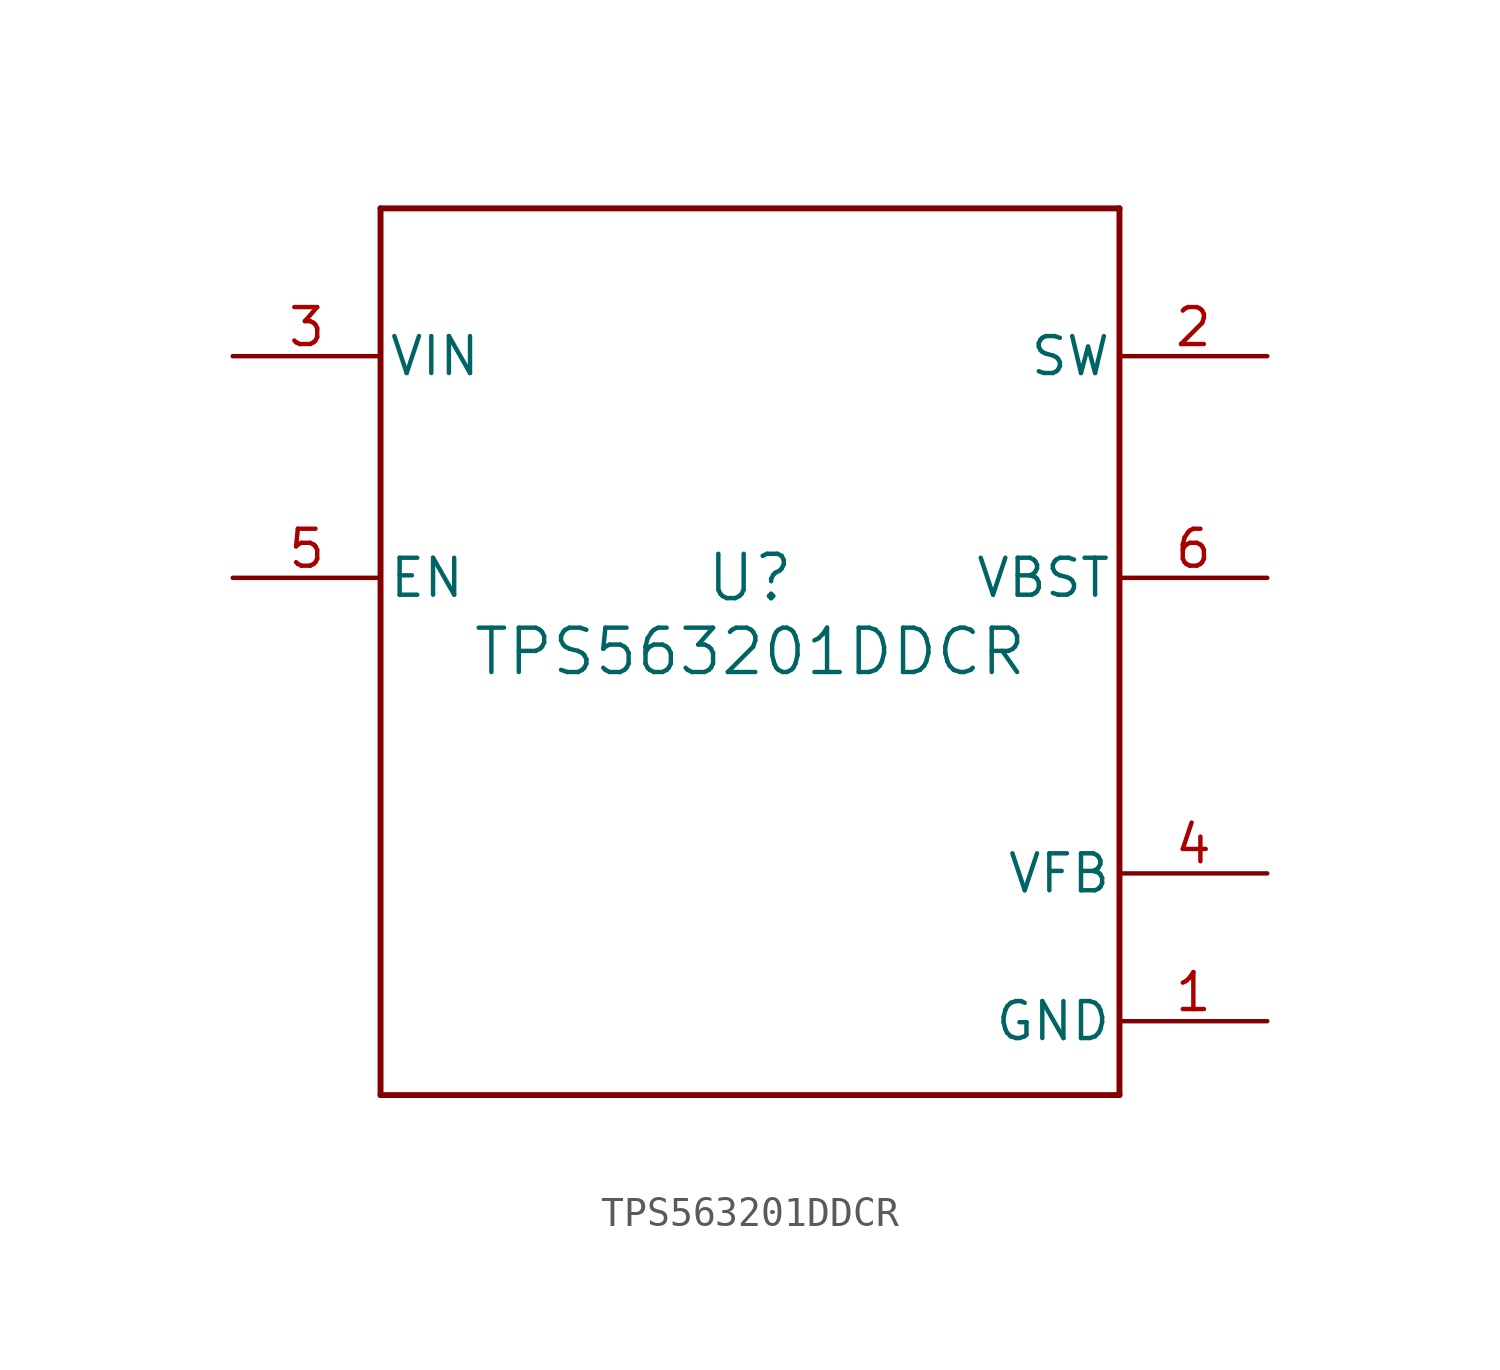
<source format=kicad_sym>
(kicad_symbol_lib
  (version 20220914)
  (generator kicad_symbol_editor)
  (symbol "TPS563201DDCR"
    (pin_names
      (offset 0.254))
    (property "Reference" "U"
      (at 0 2.54 0)
      (effects (font (size 1.524 1.524))))
    (property "Value" "TPS563201DDCR"
      (at 0 0 0)
      (effects (font (size 1.524 1.524))))
    (property "ki_locked" ""
      (at 0 0 0)
      (effects (font (size 1.27 1.27))))
    (symbol "TPS563201DDCR_0_1"
      (polyline (pts (xy -12.7 -15.24) (xy 12.7 -15.24)) (stroke (width 0.203) (type default)) (fill (type none)))
      (polyline (pts (xy -12.7 15.24) (xy -12.7 -15.24)) (stroke (width 0.203) (type default)) (fill (type none)))
      (polyline (pts (xy 12.7 -15.24) (xy 12.7 15.24)) (stroke (width 0.203) (type default)) (fill (type none)))
      (polyline (pts (xy 12.7 15.24) (xy -12.7 15.24)) (stroke (width 0.203) (type default)) (fill (type none)))
      (pin power_in line (at 17.78 -12.7 180) (length 5.08) (name "GND" (effects (font (size 1.27 1.27)))) (number "1" (effects (font (size 1.27 1.27)))))
      (pin power_in line (at 17.78 10.16 180) (length 5.08) (name "SW" (effects (font (size 1.27 1.27)))) (number "2" (effects (font (size 1.27 1.27)))))
      (pin power_in line (at -17.78 10.16 0) (length 5.08) (name "VIN" (effects (font (size 1.27 1.27)))) (number "3" (effects (font (size 1.27 1.27)))))
      (pin input line (at 17.78 -7.62 180) (length 5.08) (name "VFB" (effects (font (size 1.27 1.27)))) (number "4" (effects (font (size 1.27 1.27)))))
      (pin input line (at -17.78 2.54 0) (length 5.08) (name "EN" (effects (font (size 1.27 1.27)))) (number "5" (effects (font (size 1.27 1.27)))))
      (pin power_in line (at 17.78 2.54 180) (length 5.08) (name "VBST" (effects (font (size 1.27 1.27)))) (number "6" (effects (font (size 1.27 1.27))))))))
</source>
